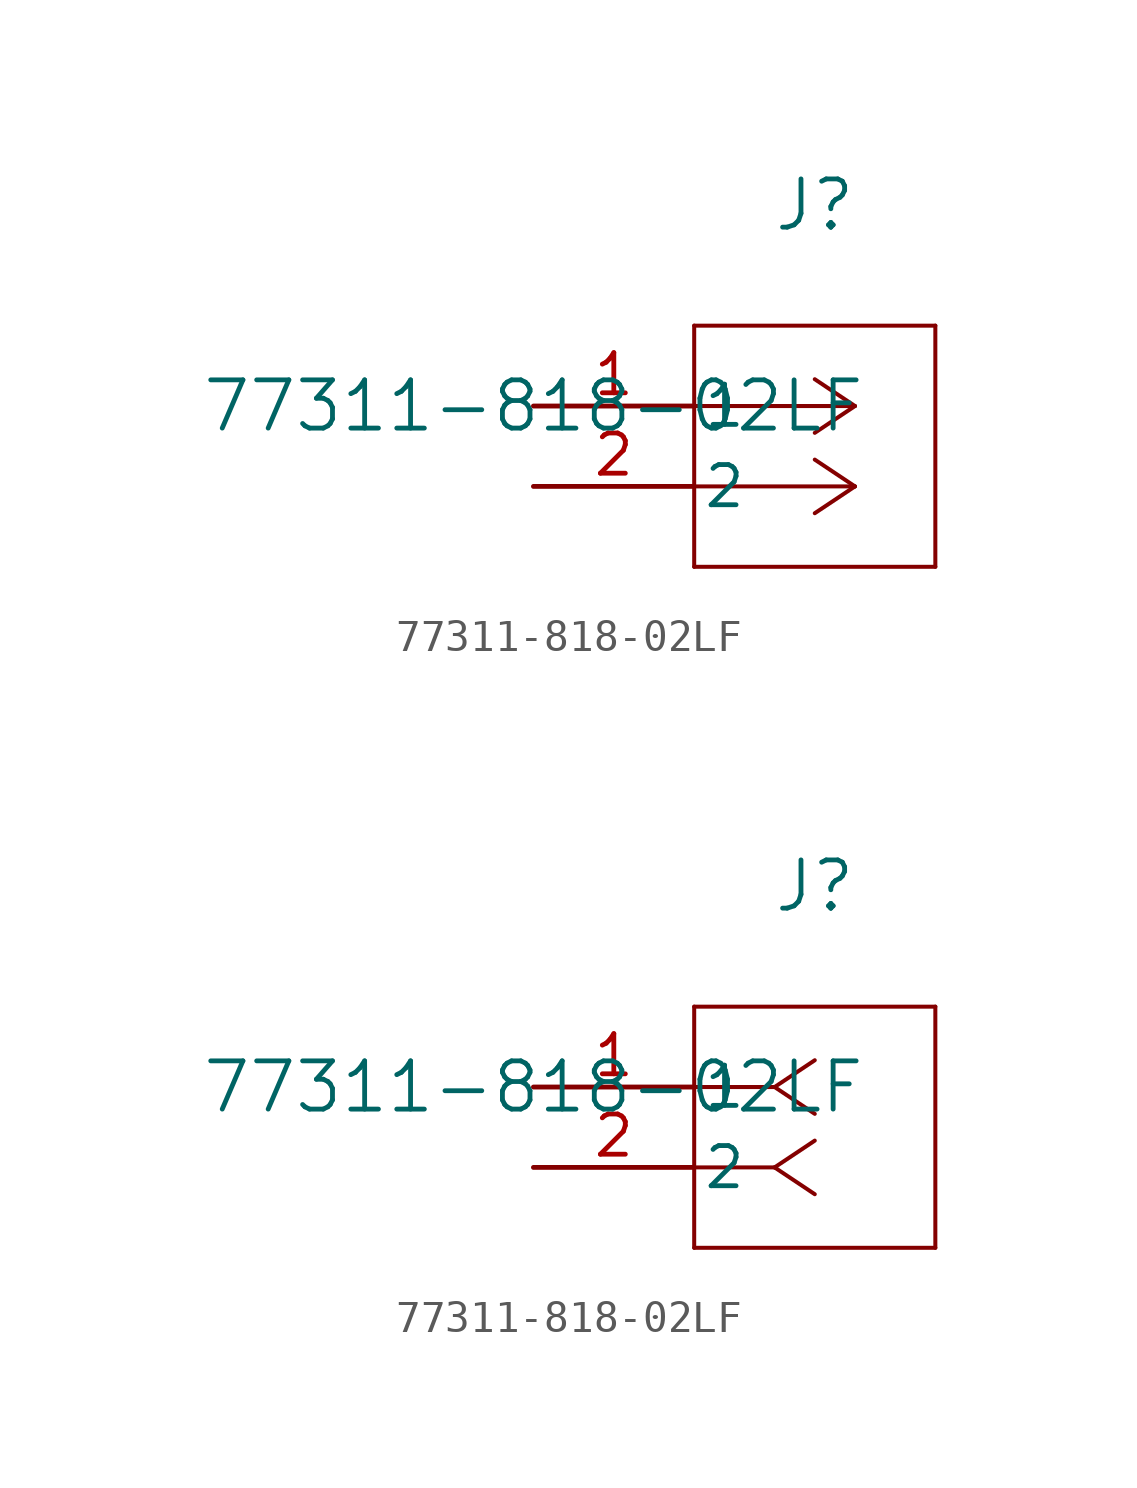
<source format=kicad_sym>
(kicad_symbol_lib
  (version 20211014)
  (generator kicad_symbol_editor)
  (symbol "77311-818-02LF"
    (pin_names
      (offset 0.254))
    (property "Reference" "J"
      (at 8.89 6.35 0)
      (effects (font (size 1.524 1.524))))
    (property "Value" "77311-818-02LF"
      (at 0 0 0)
      (effects (font (size 1.524 1.524))))
    (symbol "77311-818-02LF_1_1"
      (polyline (pts (xy 10.16 0) (xy 5.08 0)) (stroke (width 0.127) (type default) (color 0 0 0 0)) (fill (type none)))
      (polyline (pts (xy 10.16 -2.54) (xy 5.08 -2.54)) (stroke (width 0.127) (type default) (color 0 0 0 0)) (fill (type none)))
      (polyline (pts (xy 10.16 0) (xy 8.89 0.847)) (stroke (width 0.127) (type default) (color 0 0 0 0)) (fill (type none)))
      (polyline (pts (xy 10.16 -2.54) (xy 8.89 -1.693)) (stroke (width 0.127) (type default) (color 0 0 0 0)) (fill (type none)))
      (polyline (pts (xy 10.16 0) (xy 8.89 -0.847)) (stroke (width 0.127) (type default) (color 0 0 0 0)) (fill (type none)))
      (polyline (pts (xy 10.16 -2.54) (xy 8.89 -3.387)) (stroke (width 0.127) (type default) (color 0 0 0 0)) (fill (type none)))
      (polyline (pts (xy 5.08 2.54) (xy 5.08 -5.08)) (stroke (width 0.127) (type default) (color 0 0 0 0)) (fill (type none)))
      (polyline (pts (xy 5.08 -5.08) (xy 12.7 -5.08)) (stroke (width 0.127) (type default) (color 0 0 0 0)) (fill (type none)))
      (polyline (pts (xy 12.7 -5.08) (xy 12.7 2.54)) (stroke (width 0.127) (type default) (color 0 0 0 0)) (fill (type none)))
      (polyline (pts (xy 12.7 2.54) (xy 5.08 2.54)) (stroke (width 0.127) (type default) (color 0 0 0 0)) (fill (type none)))
      (pin unspecified line (at 0 0 0) (length 5.08) (name "1" (effects (font (size 1.27 1.27)))) (number "1" (effects (font (size 1.27 1.27)))))
      (pin unspecified line (at 0 -2.54 0) (length 5.08) (name "2" (effects (font (size 1.27 1.27)))) (number "2" (effects (font (size 1.27 1.27))))))
    (symbol "77311-818-02LF_1_2"
      (polyline (pts (xy 7.62 0) (xy 5.08 0)) (stroke (width 0.127) (type default) (color 0 0 0 0)) (fill (type none)))
      (polyline (pts (xy 7.62 -2.54) (xy 5.08 -2.54)) (stroke (width 0.127) (type default) (color 0 0 0 0)) (fill (type none)))
      (polyline (pts (xy 7.62 0) (xy 8.89 0.847)) (stroke (width 0.127) (type default) (color 0 0 0 0)) (fill (type none)))
      (polyline (pts (xy 7.62 -2.54) (xy 8.89 -1.693)) (stroke (width 0.127) (type default) (color 0 0 0 0)) (fill (type none)))
      (polyline (pts (xy 7.62 0) (xy 8.89 -0.847)) (stroke (width 0.127) (type default) (color 0 0 0 0)) (fill (type none)))
      (polyline (pts (xy 7.62 -2.54) (xy 8.89 -3.387)) (stroke (width 0.127) (type default) (color 0 0 0 0)) (fill (type none)))
      (polyline (pts (xy 5.08 2.54) (xy 5.08 -5.08)) (stroke (width 0.127) (type default) (color 0 0 0 0)) (fill (type none)))
      (polyline (pts (xy 5.08 -5.08) (xy 12.7 -5.08)) (stroke (width 0.127) (type default) (color 0 0 0 0)) (fill (type none)))
      (polyline (pts (xy 12.7 -5.08) (xy 12.7 2.54)) (stroke (width 0.127) (type default) (color 0 0 0 0)) (fill (type none)))
      (polyline (pts (xy 12.7 2.54) (xy 5.08 2.54)) (stroke (width 0.127) (type default) (color 0 0 0 0)) (fill (type none)))
      (pin unspecified line (at 0 0 0) (length 5.08) (name "1" (effects (font (size 1.27 1.27)))) (number "1" (effects (font (size 1.27 1.27)))))
      (pin unspecified line (at 0 -2.54 0) (length 5.08) (name "2" (effects (font (size 1.27 1.27)))) (number "2" (effects (font (size 1.27 1.27))))))))
</source>
